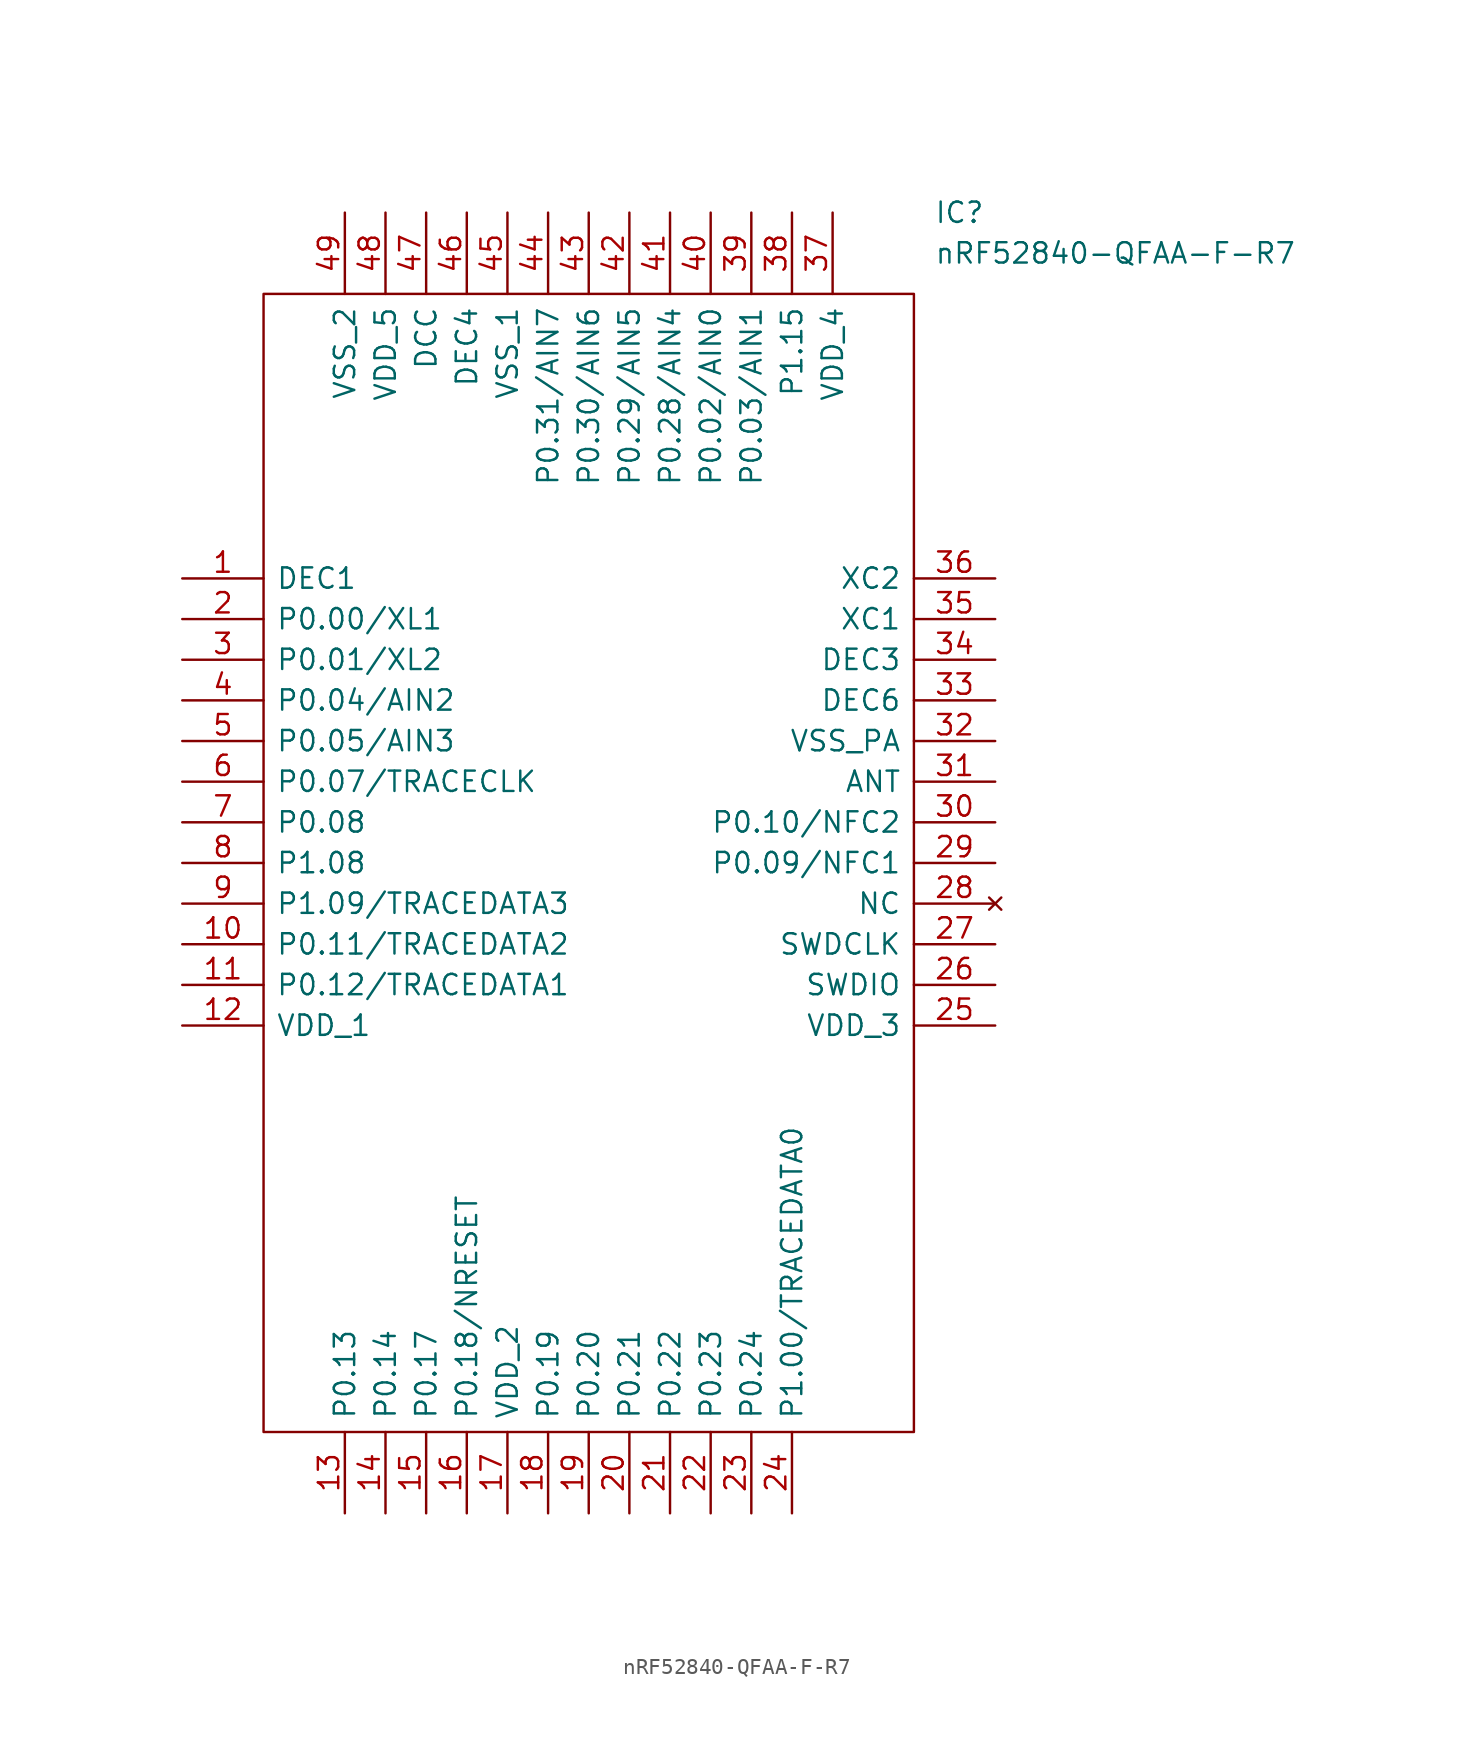
<source format=kicad_sym>
(kicad_symbol_lib
  (version 20241209)
  (generator "kicad_symbol_editor")
  (generator_version "9.0")
  (symbol "nRF52840-QFAA-F-R7"
    (pin_names
      (offset 0.762))
    (property "Reference" "IC"
      (at 46.99 22.86 0)
      (effects (font (size 1.27 1.27)) (justify left)))
    (property "Value" "nRF52840-QFAA-F-R7"
      (at 46.99 20.32 0)
      (effects (font (size 1.27 1.27)) (justify left)))
    (symbol "nRF52840-QFAA-F-R7_0_0"
      (pin passive line (at 0 0 0) (length 5.08) (name "DEC1" (effects (font (size 1.27 1.27)))) (number "1" (effects (font (size 1.27 1.27)))))
      (pin passive line (at 0 -2.54 0) (length 5.08) (name "P0.00/XL1" (effects (font (size 1.27 1.27)))) (number "2" (effects (font (size 1.27 1.27)))))
      (pin passive line (at 0 -5.08 0) (length 5.08) (name "P0.01/XL2" (effects (font (size 1.27 1.27)))) (number "3" (effects (font (size 1.27 1.27)))))
      (pin passive line (at 0 -7.62 0) (length 5.08) (name "P0.04/AIN2" (effects (font (size 1.27 1.27)))) (number "4" (effects (font (size 1.27 1.27)))))
      (pin passive line (at 0 -10.16 0) (length 5.08) (name "P0.05/AIN3" (effects (font (size 1.27 1.27)))) (number "5" (effects (font (size 1.27 1.27)))))
      (pin passive line (at 0 -12.7 0) (length 5.08) (name "P0.07/TRACECLK" (effects (font (size 1.27 1.27)))) (number "6" (effects (font (size 1.27 1.27)))))
      (pin passive line (at 0 -15.24 0) (length 5.08) (name "P0.08" (effects (font (size 1.27 1.27)))) (number "7" (effects (font (size 1.27 1.27)))))
      (pin passive line (at 0 -17.78 0) (length 5.08) (name "P1.08" (effects (font (size 1.27 1.27)))) (number "8" (effects (font (size 1.27 1.27)))))
      (pin passive line (at 0 -20.32 0) (length 5.08) (name "P1.09/TRACEDATA3" (effects (font (size 1.27 1.27)))) (number "9" (effects (font (size 1.27 1.27)))))
      (pin passive line (at 0 -22.86 0) (length 5.08) (name "P0.11/TRACEDATA2" (effects (font (size 1.27 1.27)))) (number "10" (effects (font (size 1.27 1.27)))))
      (pin passive line (at 0 -25.4 0) (length 5.08) (name "P0.12/TRACEDATA1" (effects (font (size 1.27 1.27)))) (number "11" (effects (font (size 1.27 1.27)))))
      (pin passive line (at 0 -27.94 0) (length 5.08) (name "VDD_1" (effects (font (size 1.27 1.27)))) (number "12" (effects (font (size 1.27 1.27)))))
      (pin passive line (at 10.16 22.86 270) (length 5.08) (name "VSS_2" (effects (font (size 1.27 1.27)))) (number "49" (effects (font (size 1.27 1.27)))))
      (pin passive line (at 10.16 -58.42 90) (length 5.08) (name "P0.13" (effects (font (size 1.27 1.27)))) (number "13" (effects (font (size 1.27 1.27)))))
      (pin passive line (at 12.7 22.86 270) (length 5.08) (name "VDD_5" (effects (font (size 1.27 1.27)))) (number "48" (effects (font (size 1.27 1.27)))))
      (pin passive line (at 12.7 -58.42 90) (length 5.08) (name "P0.14" (effects (font (size 1.27 1.27)))) (number "14" (effects (font (size 1.27 1.27)))))
      (pin passive line (at 15.24 22.86 270) (length 5.08) (name "DCC" (effects (font (size 1.27 1.27)))) (number "47" (effects (font (size 1.27 1.27)))))
      (pin passive line (at 15.24 -58.42 90) (length 5.08) (name "P0.17" (effects (font (size 1.27 1.27)))) (number "15" (effects (font (size 1.27 1.27)))))
      (pin passive line (at 17.78 22.86 270) (length 5.08) (name "DEC4" (effects (font (size 1.27 1.27)))) (number "46" (effects (font (size 1.27 1.27)))))
      (pin passive line (at 17.78 -58.42 90) (length 5.08) (name "P0.18/NRESET" (effects (font (size 1.27 1.27)))) (number "16" (effects (font (size 1.27 1.27)))))
      (pin passive line (at 20.32 22.86 270) (length 5.08) (name "VSS_1" (effects (font (size 1.27 1.27)))) (number "45" (effects (font (size 1.27 1.27)))))
      (pin passive line (at 20.32 -58.42 90) (length 5.08) (name "VDD_2" (effects (font (size 1.27 1.27)))) (number "17" (effects (font (size 1.27 1.27)))))
      (pin passive line (at 22.86 22.86 270) (length 5.08) (name "P0.31/AIN7" (effects (font (size 1.27 1.27)))) (number "44" (effects (font (size 1.27 1.27)))))
      (pin passive line (at 22.86 -58.42 90) (length 5.08) (name "P0.19" (effects (font (size 1.27 1.27)))) (number "18" (effects (font (size 1.27 1.27)))))
      (pin passive line (at 25.4 22.86 270) (length 5.08) (name "P0.30/AIN6" (effects (font (size 1.27 1.27)))) (number "43" (effects (font (size 1.27 1.27)))))
      (pin passive line (at 25.4 -58.42 90) (length 5.08) (name "P0.20" (effects (font (size 1.27 1.27)))) (number "19" (effects (font (size 1.27 1.27)))))
      (pin passive line (at 27.94 22.86 270) (length 5.08) (name "P0.29/AIN5" (effects (font (size 1.27 1.27)))) (number "42" (effects (font (size 1.27 1.27)))))
      (pin passive line (at 27.94 -58.42 90) (length 5.08) (name "P0.21" (effects (font (size 1.27 1.27)))) (number "20" (effects (font (size 1.27 1.27)))))
      (pin passive line (at 30.48 22.86 270) (length 5.08) (name "P0.28/AIN4" (effects (font (size 1.27 1.27)))) (number "41" (effects (font (size 1.27 1.27)))))
      (pin passive line (at 30.48 -58.42 90) (length 5.08) (name "P0.22" (effects (font (size 1.27 1.27)))) (number "21" (effects (font (size 1.27 1.27)))))
      (pin passive line (at 33.02 22.86 270) (length 5.08) (name "P0.02/AIN0" (effects (font (size 1.27 1.27)))) (number "40" (effects (font (size 1.27 1.27)))))
      (pin passive line (at 33.02 -58.42 90) (length 5.08) (name "P0.23" (effects (font (size 1.27 1.27)))) (number "22" (effects (font (size 1.27 1.27)))))
      (pin passive line (at 35.56 22.86 270) (length 5.08) (name "P0.03/AIN1" (effects (font (size 1.27 1.27)))) (number "39" (effects (font (size 1.27 1.27)))))
      (pin passive line (at 35.56 -58.42 90) (length 5.08) (name "P0.24" (effects (font (size 1.27 1.27)))) (number "23" (effects (font (size 1.27 1.27)))))
      (pin passive line (at 38.1 22.86 270) (length 5.08) (name "P1.15" (effects (font (size 1.27 1.27)))) (number "38" (effects (font (size 1.27 1.27)))))
      (pin passive line (at 38.1 -58.42 90) (length 5.08) (name "P1.00/TRACEDATA0" (effects (font (size 1.27 1.27)))) (number "24" (effects (font (size 1.27 1.27)))))
      (pin passive line (at 40.64 22.86 270) (length 5.08) (name "VDD_4" (effects (font (size 1.27 1.27)))) (number "37" (effects (font (size 1.27 1.27)))))
      (pin passive line (at 50.8 0 180) (length 5.08) (name "XC2" (effects (font (size 1.27 1.27)))) (number "36" (effects (font (size 1.27 1.27)))))
      (pin passive line (at 50.8 -2.54 180) (length 5.08) (name "XC1" (effects (font (size 1.27 1.27)))) (number "35" (effects (font (size 1.27 1.27)))))
      (pin passive line (at 50.8 -5.08 180) (length 5.08) (name "DEC3" (effects (font (size 1.27 1.27)))) (number "34" (effects (font (size 1.27 1.27)))))
      (pin passive line (at 50.8 -7.62 180) (length 5.08) (name "DEC6" (effects (font (size 1.27 1.27)))) (number "33" (effects (font (size 1.27 1.27)))))
      (pin passive line (at 50.8 -10.16 180) (length 5.08) (name "VSS_PA" (effects (font (size 1.27 1.27)))) (number "32" (effects (font (size 1.27 1.27)))))
      (pin passive line (at 50.8 -12.7 180) (length 5.08) (name "ANT" (effects (font (size 1.27 1.27)))) (number "31" (effects (font (size 1.27 1.27)))))
      (pin passive line (at 50.8 -15.24 180) (length 5.08) (name "P0.10/NFC2" (effects (font (size 1.27 1.27)))) (number "30" (effects (font (size 1.27 1.27)))))
      (pin passive line (at 50.8 -17.78 180) (length 5.08) (name "P0.09/NFC1" (effects (font (size 1.27 1.27)))) (number "29" (effects (font (size 1.27 1.27)))))
      (pin no_connect line (at 50.8 -20.32 180) (length 5.08) (name "NC" (effects (font (size 1.27 1.27)))) (number "28" (effects (font (size 1.27 1.27)))))
      (pin passive line (at 50.8 -22.86 180) (length 5.08) (name "SWDCLK" (effects (font (size 1.27 1.27)))) (number "27" (effects (font (size 1.27 1.27)))))
      (pin passive line (at 50.8 -25.4 180) (length 5.08) (name "SWDIO" (effects (font (size 1.27 1.27)))) (number "26" (effects (font (size 1.27 1.27)))))
      (pin passive line (at 50.8 -27.94 180) (length 5.08) (name "VDD_3" (effects (font (size 1.27 1.27)))) (number "25" (effects (font (size 1.27 1.27))))))
    (symbol "nRF52840-QFAA-F-R7_0_1"
      (polyline (pts (xy 5.08 17.78) (xy 45.72 17.78) (xy 45.72 -53.34) (xy 5.08 -53.34) (xy 5.08 17.78)) (stroke (width 0.152) (type solid)) (fill (type none))))))
</source>
